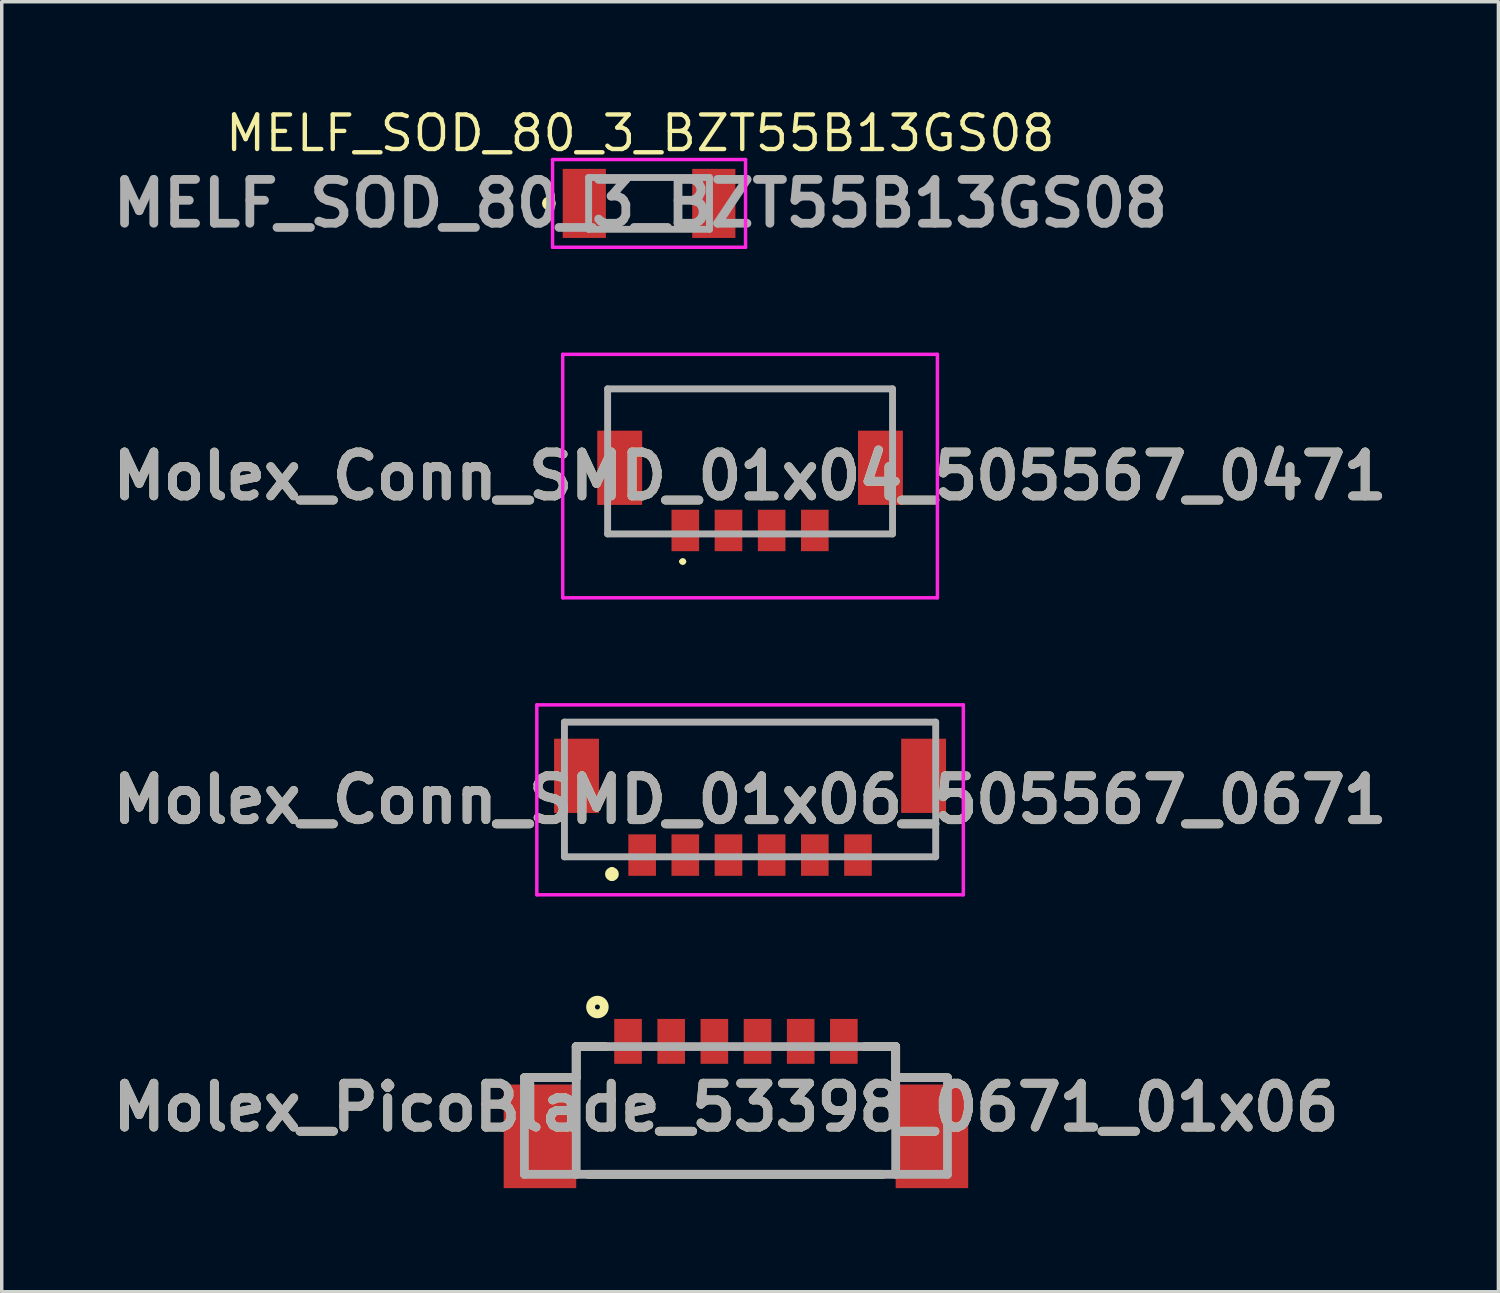
<source format=kicad_pcb>
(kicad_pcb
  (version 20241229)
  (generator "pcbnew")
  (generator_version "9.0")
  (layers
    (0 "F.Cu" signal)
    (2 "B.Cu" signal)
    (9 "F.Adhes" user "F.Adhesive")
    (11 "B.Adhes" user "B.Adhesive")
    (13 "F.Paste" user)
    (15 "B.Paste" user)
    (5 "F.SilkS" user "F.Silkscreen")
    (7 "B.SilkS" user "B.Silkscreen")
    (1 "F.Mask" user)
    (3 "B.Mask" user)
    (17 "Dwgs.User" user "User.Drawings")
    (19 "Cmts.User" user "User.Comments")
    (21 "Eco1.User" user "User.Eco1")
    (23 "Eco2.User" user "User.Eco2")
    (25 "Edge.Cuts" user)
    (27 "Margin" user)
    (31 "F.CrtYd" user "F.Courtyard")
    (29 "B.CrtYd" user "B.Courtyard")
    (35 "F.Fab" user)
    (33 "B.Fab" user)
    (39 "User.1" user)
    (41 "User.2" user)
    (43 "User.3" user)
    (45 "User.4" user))
  (footprint "Molex_Conn_SMD_01x06_505567_0671"
    (layer "F.Cu")
    (at 18.669 20.11)
    (property "Reference" "Molex_Conn_SMD_01x06_505567_0671" (at 0 0 0) (layer "F.SilkS") (effects (font (size 1.27 1.27) (thickness 0.254))))
    (attr smd)
    (fp_line (start -5.375 -2.25) (end 5.375 -2.25) (stroke (width 0.1) (type solid)) (layer "F.SilkS"))
    (fp_line (start -5.375 1.65) (end -5.375 0.75) (stroke (width 0.1) (type solid)) (layer "F.SilkS"))
    (fp_line (start -4 1.65) (end -5.375 1.65) (stroke (width 0.1) (type solid)) (layer "F.SilkS"))
    (fp_line (start -4 2.05) (end -4 2.05) (stroke (width 0.2) (type solid)) (layer "F.SilkS"))
    (fp_line (start -4 2.25) (end -4 2.25) (stroke (width 0.2) (type solid)) (layer "F.SilkS"))
    (fp_line (start 4 1.65) (end 5.375 1.65) (stroke (width 0.1) (type solid)) (layer "F.SilkS"))
    (fp_line (start 5.375 1.65) (end 5.375 0.75) (stroke (width 0.1) (type solid)) (layer "F.SilkS"))
    (fp_arc (start -4 2.05) (mid -3.9 2.15) (end -4 2.25) (stroke (width 0.2) (type solid)) (layer "F.SilkS"))
    (fp_arc (start -4 2.25) (mid -4.1 2.15) (end -4 2.05) (stroke (width 0.2) (type solid)) (layer "F.SilkS"))
    (fp_line (start -6.175 -2.75) (end 6.175 -2.75) (stroke (width 0.1) (type solid)) (layer "F.CrtYd"))
    (fp_line (start -6.175 2.75) (end -6.175 -2.75) (stroke (width 0.1) (type solid)) (layer "F.CrtYd"))
    (fp_line (start 6.175 -2.75) (end 6.175 2.75) (stroke (width 0.1) (type solid)) (layer "F.CrtYd"))
    (fp_line (start 6.175 2.75) (end -6.175 2.75) (stroke (width 0.1) (type solid)) (layer "F.CrtYd"))
    (fp_line (start -5.375 -2.25) (end 5.375 -2.25) (stroke (width 0.2) (type solid)) (layer "F.Fab"))
    (fp_line (start -5.375 1.65) (end -5.375 -2.25) (stroke (width 0.2) (type solid)) (layer "F.Fab"))
    (fp_line (start 5.375 -2.25) (end 5.375 1.65) (stroke (width 0.2) (type solid)) (layer "F.Fab"))
    (fp_line (start 5.375 1.65) (end -5.375 1.65) (stroke (width 0.2) (type solid)) (layer "F.Fab"))
    (fp_text user "${REFERENCE}" (at 0 0 0) (layer "F.Fab") (effects (font (size 1.27 1.27) (thickness 0.254))))
    (pad "1" smd rect (at -3.125 1.6) (size 0.8 1.2) (layers "F.Cu" "F.Mask" "F.Paste"))
    (pad "2" smd rect (at -1.875 1.6) (size 0.8 1.2) (layers "F.Cu" "F.Mask" "F.Paste"))
    (pad "3" smd rect (at -0.625 1.6) (size 0.8 1.2) (layers "F.Cu" "F.Mask" "F.Paste"))
    (pad "4" smd rect (at 0.625 1.6) (size 0.8 1.2) (layers "F.Cu" "F.Mask" "F.Paste"))
    (pad "5" smd rect (at 1.875 1.6) (size 0.8 1.2) (layers "F.Cu" "F.Mask" "F.Paste"))
    (pad "6" smd rect (at 3.125 1.6) (size 0.8 1.2) (layers "F.Cu" "F.Mask" "F.Paste"))
    (pad "MP1" smd rect (at -5.025 -0.695) (size 1.3 2.15) (layers "F.Cu" "F.Mask" "F.Paste"))
    (pad "MP2" smd rect (at 5.025 -0.695) (size 1.3 2.15) (layers "F.Cu" "F.Mask" "F.Paste")))
  (footprint "Molex_PicoBlade_53398_0671_01x06"
    (layer "F.Cu")
    (at 18.26 27.254)
    (property "Reference" "Molex_PicoBlade_53398_0671_01x06" (at -0.286 1.758 0) (layer "F.SilkS") (effects (font (size 1.27 1.27) (thickness 0.254))))
    (attr smd)
    (fp_line (start -4.625 0) (end -4.625 0.9) (stroke (width 0.254) (type solid)) (layer "F.SilkS"))
    (fp_line (start -4.625 0) (end -3.784 0) (stroke (width 0.254) (type solid)) (layer "F.SilkS"))
    (fp_line (start -4.625 0.9) (end -6.125 0.9) (stroke (width 0.254) (type solid)) (layer "F.SilkS"))
    (fp_line (start -4.28 3.7) (end 4.259 3.7) (stroke (width 0.254) (type solid)) (layer "F.SilkS"))
    (fp_line (start 4.625 0) (end 3.735 0) (stroke (width 0.254) (type solid)) (layer "F.SilkS"))
    (fp_line (start 4.625 0) (end 4.625 0.9) (stroke (width 0.254) (type solid)) (layer "F.SilkS"))
    (fp_line (start 4.625 0.9) (end 6.125 0.9) (stroke (width 0.254) (type solid)) (layer "F.SilkS"))
    (fp_circle (center -4.011 -1.145) (end -4.011 -1.073) (stroke (width 0.254) (type solid)) (fill no) (layer "F.SilkS"))
    (fp_line (start -6.125 0.9) (end -6.125 3.7) (stroke (width 0.254) (type solid)) (layer "F.Fab"))
    (fp_line (start -6.125 3.7) (end -4.625 3.7) (stroke (width 0.254) (type solid)) (layer "F.Fab"))
    (fp_line (start -4.625 0) (end 4.625 0) (stroke (width 0.254) (type solid)) (layer "F.Fab"))
    (fp_line (start -4.625 0.9) (end -6.125 0.9) (stroke (width 0.254) (type solid)) (layer "F.Fab"))
    (fp_line (start -4.625 3.7) (end -4.625 0) (stroke (width 0.254) (type solid)) (layer "F.Fab"))
    (fp_line (start 4.625 0) (end 4.625 3.7) (stroke (width 0.254) (type solid)) (layer "F.Fab"))
    (fp_line (start 4.625 0.9) (end 6.125 0.9) (stroke (width 0.254) (type solid)) (layer "F.Fab"))
    (fp_line (start 4.625 3.7) (end -4.625 3.7) (stroke (width 0.254) (type solid)) (layer "F.Fab"))
    (fp_line (start 6.125 0.9) (end 6.125 3.7) (stroke (width 0.254) (type solid)) (layer "F.Fab"))
    (fp_line (start 6.125 3.7) (end 4.625 3.7) (stroke (width 0.254) (type solid)) (layer "F.Fab"))
    (fp_text user "${REFERENCE}" (at -0.286 1.758 0) (layer "F.Fab") (effects (font (size 1.27 1.27) (thickness 0.254))))
    (pad "1" smd rect (at -3.125 -0.15) (size 0.8 1.3) (layers "F.Cu" "F.Mask" "F.Paste"))
    (pad "2" smd rect (at -1.875 -0.15) (size 0.8 1.3) (layers "F.Cu" "F.Mask" "F.Paste"))
    (pad "3" smd rect (at -0.625 -0.15) (size 0.8 1.3) (layers "F.Cu" "F.Mask" "F.Paste"))
    (pad "4" smd rect (at 0.625 -0.15) (size 0.8 1.3) (layers "F.Cu" "F.Mask" "F.Paste"))
    (pad "5" smd rect (at 1.875 -0.15) (size 0.8 1.3) (layers "F.Cu" "F.Mask" "F.Paste"))
    (pad "6" smd rect (at 3.125 -0.15) (size 0.8 1.3) (layers "F.Cu" "F.Mask" "F.Paste"))
    (pad "7" smd rect (at -5.675 2.6) (size 2.1 3) (layers "F.Cu" "F.Mask" "F.Paste"))
    (pad "8" smd rect (at 5.675 2.6) (size 2.1 3) (layers "F.Cu" "F.Mask" "F.Paste")))
  (footprint "Molex_Conn_SMD_01x04_505567_0471"
    (layer "F.Cu")
    (at 18.669 10.735)
    (property "Reference" "Molex_Conn_SMD_01x04_505567_0471" (at 0 0 0) (layer "F.SilkS") (effects (font (size 1.27 1.27) (thickness 0.254))))
    (attr smd)
    (fp_line (start -4.125 -2.525) (end 4.125 -2.525) (stroke (width 0.1) (type solid)) (layer "F.SilkS"))
    (fp_line (start -4.125 -1.825) (end -4.125 -2.525) (stroke (width 0.1) (type solid)) (layer "F.SilkS"))
    (fp_line (start -4.125 1.675) (end -4.125 1.175) (stroke (width 0.1) (type solid)) (layer "F.SilkS"))
    (fp_line (start -2.5 1.675) (end -4.125 1.675) (stroke (width 0.1) (type solid)) (layer "F.SilkS"))
    (fp_line (start -2 2.475) (end -2 2.475) (stroke (width 0.1) (type solid)) (layer "F.SilkS"))
    (fp_line (start -1.9 2.475) (end -1.9 2.475) (stroke (width 0.1) (type solid)) (layer "F.SilkS"))
    (fp_line (start 2.5 1.675) (end 4.125 1.675) (stroke (width 0.1) (type solid)) (layer "F.SilkS"))
    (fp_line (start 4.125 -2.525) (end 4.125 -1.825) (stroke (width 0.1) (type solid)) (layer "F.SilkS"))
    (fp_line (start 4.125 1.675) (end 4.125 1.175) (stroke (width 0.1) (type solid)) (layer "F.SilkS"))
    (fp_arc (start -2 2.475) (mid -1.95 2.425) (end -1.9 2.475) (stroke (width 0.1) (type solid)) (layer "F.SilkS"))
    (fp_arc (start -1.9 2.475) (mid -1.95 2.525) (end -2 2.475) (stroke (width 0.1) (type solid)) (layer "F.SilkS"))
    (fp_line (start -5.425 -3.525) (end 5.425 -3.525) (stroke (width 0.1) (type solid)) (layer "F.CrtYd"))
    (fp_line (start -5.425 3.525) (end -5.425 -3.525) (stroke (width 0.1) (type solid)) (layer "F.CrtYd"))
    (fp_line (start 5.425 -3.525) (end 5.425 3.525) (stroke (width 0.1) (type solid)) (layer "F.CrtYd"))
    (fp_line (start 5.425 3.525) (end -5.425 3.525) (stroke (width 0.1) (type solid)) (layer "F.CrtYd"))
    (fp_line (start -4.125 -2.525) (end 4.125 -2.525) (stroke (width 0.2) (type solid)) (layer "F.Fab"))
    (fp_line (start -4.125 1.675) (end -4.125 -2.525) (stroke (width 0.2) (type solid)) (layer "F.Fab"))
    (fp_line (start 4.125 -2.525) (end 4.125 1.675) (stroke (width 0.2) (type solid)) (layer "F.Fab"))
    (fp_line (start 4.125 1.675) (end -4.125 1.675) (stroke (width 0.2) (type solid)) (layer "F.Fab"))
    (fp_text user "${REFERENCE}" (at 0 0 0) (layer "F.Fab") (effects (font (size 1.27 1.27) (thickness 0.254))))
    (pad "1" smd rect (at -1.875 1.575) (size 0.8 1.2) (layers "F.Cu" "F.Mask" "F.Paste"))
    (pad "2" smd rect (at -0.625 1.575) (size 0.8 1.2) (layers "F.Cu" "F.Mask" "F.Paste"))
    (pad "3" smd rect (at 0.625 1.575) (size 0.8 1.2) (layers "F.Cu" "F.Mask" "F.Paste"))
    (pad "4" smd rect (at 1.875 1.575) (size 0.8 1.2) (layers "F.Cu" "F.Mask" "F.Paste"))
    (pad "5" smd rect (at -3.775 -0.24) (size 1.3 2.15) (layers "F.Cu" "F.Mask" "F.Paste"))
    (pad "6" smd rect (at 3.775 -0.24) (size 1.3 2.15) (layers "F.Cu" "F.Mask" "F.Paste")))
  (footprint "MELF_SOD_80_3_BZT55B13GS08"
    (layer "F.Cu")
    (at 15.744 2.84)
    (property "Reference" "MELF_SOD_80_3_BZT55B13GS08" (at -0.254 -2.032 0) (layer "F.SilkS") (effects (font (size 1 1) (thickness 0.127))))
    (attr smd)
    (fp_line (start -2.9 -0.1) (end -2.9 -0.1) (stroke (width 0.2) (type solid)) (layer "F.SilkS"))
    (fp_line (start -2.9 0.1) (end -2.9 0.1) (stroke (width 0.2) (type solid)) (layer "F.SilkS"))
    (fp_line (start -1 -0.75) (end 1 -0.75) (stroke (width 0.1) (type solid)) (layer "F.SilkS"))
    (fp_line (start -1 0.75) (end 1 0.75) (stroke (width 0.1) (type solid)) (layer "F.SilkS"))
    (fp_arc (start -2.9 -0.1) (mid -2.8 0) (end -2.9 0.1) (stroke (width 0.2) (type solid)) (layer "F.SilkS"))
    (fp_arc (start -2.9 0.1) (mid -3 0) (end -2.9 -0.1) (stroke (width 0.2) (type solid)) (layer "F.SilkS"))
    (fp_line (start -2.794 -1.27) (end 2.794 -1.27) (stroke (width 0.1) (type solid)) (layer "F.CrtYd"))
    (fp_line (start -2.794 1.27) (end -2.794 -1.27) (stroke (width 0.1) (type solid)) (layer "F.CrtYd"))
    (fp_line (start 2.794 -1.27) (end 2.794 1.27) (stroke (width 0.1) (type solid)) (layer "F.CrtYd"))
    (fp_line (start 2.794 1.27) (end -2.794 1.27) (stroke (width 0.1) (type solid)) (layer "F.CrtYd"))
    (fp_line (start -1.75 -0.75) (end 1.75 -0.75) (stroke (width 0.2) (type solid)) (layer "F.Fab"))
    (fp_line (start -1.75 0.75) (end -1.75 -0.75) (stroke (width 0.2) (type solid)) (layer "F.Fab"))
    (fp_line (start 1.75 -0.75) (end 1.75 0.75) (stroke (width 0.2) (type solid)) (layer "F.Fab"))
    (fp_line (start 1.75 0.75) (end -1.75 0.75) (stroke (width 0.2) (type solid)) (layer "F.Fab"))
    (fp_text user "${REFERENCE}" (at -0.25 0 0) (layer "F.Fab") (effects (font (size 1.27 1.27) (thickness 0.254))))
    (pad "1" smd rect (at -1.875 0) (size 1.25 2) (layers "F.Cu" "F.Mask" "F.Paste"))
    (pad "2" smd rect (at 1.875 0) (size 1.25 2) (layers "F.Cu" "F.Mask" "F.Paste")))
  (gr_rect
    (start -3 -3)
    (end 40.338 34.354)
    (stroke (width 0.1) (type default))
    (fill no)
    (layer "Edge.Cuts")))
</source>
